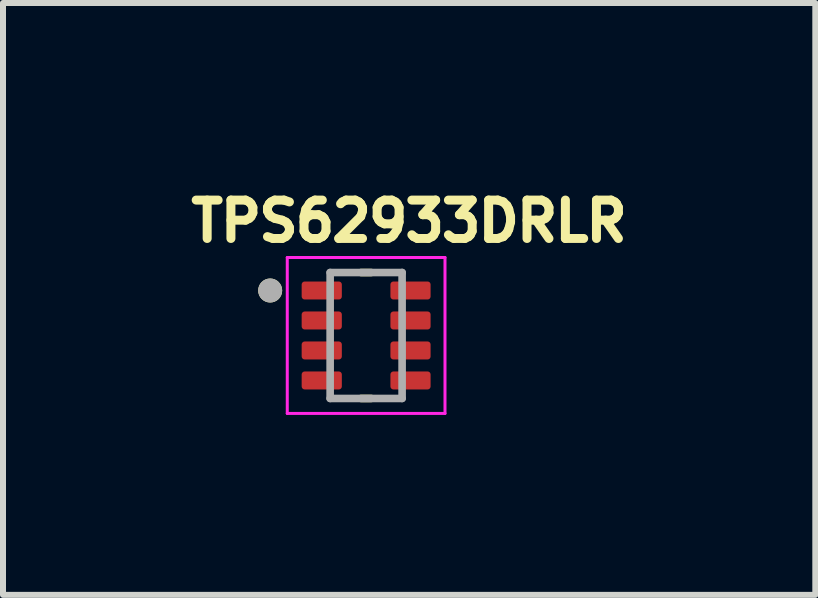
<source format=kicad_pcb>
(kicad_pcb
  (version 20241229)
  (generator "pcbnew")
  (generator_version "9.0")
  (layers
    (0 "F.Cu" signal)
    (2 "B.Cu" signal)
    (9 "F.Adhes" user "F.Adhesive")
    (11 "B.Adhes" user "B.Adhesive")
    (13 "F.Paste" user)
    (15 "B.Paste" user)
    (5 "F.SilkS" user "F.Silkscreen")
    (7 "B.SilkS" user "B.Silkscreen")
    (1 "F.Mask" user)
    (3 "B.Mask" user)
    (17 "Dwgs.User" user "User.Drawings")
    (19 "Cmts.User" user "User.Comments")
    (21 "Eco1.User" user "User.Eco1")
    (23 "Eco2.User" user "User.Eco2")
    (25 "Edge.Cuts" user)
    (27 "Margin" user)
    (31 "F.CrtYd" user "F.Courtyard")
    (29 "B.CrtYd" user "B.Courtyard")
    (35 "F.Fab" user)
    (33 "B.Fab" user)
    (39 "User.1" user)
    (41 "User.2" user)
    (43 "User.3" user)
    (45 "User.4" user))
  (footprint "TPS62933DRLR"
    (layer "F.Cu")
    (at 3.055 2.544)
    (property "Reference" "TPS62933DRLR" (at 0.717 -1.906 0) (layer "F.SilkS") (effects (font (size 0.64 0.64) (thickness 0.15))))
    (attr smd)
    (fp_line (start -0.085 -1.05) (end 0.085 -1.05) (stroke (width 0.127) (type solid)) (layer "F.SilkS"))
    (fp_line (start 0.085 1.05) (end -0.085 1.05) (stroke (width 0.127) (type solid)) (layer "F.SilkS"))
    (fp_circle (center -1.6 -0.75) (end -1.5 -0.75) (stroke (width 0.2) (type solid)) (fill no) (layer "F.SilkS"))
    (fp_line (start -1.315 -1.3) (end 1.315 -1.3) (stroke (width 0.05) (type solid)) (layer "F.CrtYd"))
    (fp_line (start -1.315 1.3) (end -1.315 -1.3) (stroke (width 0.05) (type solid)) (layer "F.CrtYd"))
    (fp_line (start 1.315 -1.3) (end 1.315 1.3) (stroke (width 0.05) (type solid)) (layer "F.CrtYd"))
    (fp_line (start 1.315 1.3) (end -1.315 1.3) (stroke (width 0.05) (type solid)) (layer "F.CrtYd"))
    (fp_line (start -0.6 -1.05) (end 0.6 -1.05) (stroke (width 0.127) (type solid)) (layer "F.Fab"))
    (fp_line (start -0.6 1.05) (end -0.6 -1.05) (stroke (width 0.127) (type solid)) (layer "F.Fab"))
    (fp_line (start 0.6 -1.05) (end 0.6 1.05) (stroke (width 0.127) (type solid)) (layer "F.Fab"))
    (fp_line (start 0.6 1.05) (end -0.6 1.05) (stroke (width 0.127) (type solid)) (layer "F.Fab"))
    (fp_circle (center -1.6 -0.75) (end -1.5 -0.75) (stroke (width 0.2) (type solid)) (fill no) (layer "F.Fab"))
    (pad "1" smd roundrect (at -0.74 -0.75) (size 0.67 0.3) (layers "F.Cu" "F.Mask" "F.Paste") (roundrect_rratio 0.167))
    (pad "2" smd roundrect (at -0.74 -0.25) (size 0.67 0.3) (layers "F.Cu" "F.Mask" "F.Paste") (roundrect_rratio 0.167))
    (pad "3" smd roundrect (at -0.74 0.25) (size 0.67 0.3) (layers "F.Cu" "F.Mask" "F.Paste") (roundrect_rratio 0.167))
    (pad "4" smd roundrect (at -0.74 0.75) (size 0.67 0.3) (layers "F.Cu" "F.Mask" "F.Paste") (roundrect_rratio 0.167))
    (pad "5" smd roundrect (at 0.74 0.75) (size 0.67 0.3) (layers "F.Cu" "F.Mask" "F.Paste") (roundrect_rratio 0.167))
    (pad "6" smd roundrect (at 0.74 0.25) (size 0.67 0.3) (layers "F.Cu" "F.Mask" "F.Paste") (roundrect_rratio 0.167))
    (pad "7" smd roundrect (at 0.74 -0.25) (size 0.67 0.3) (layers "F.Cu" "F.Mask" "F.Paste") (roundrect_rratio 0.167))
    (pad "8" smd roundrect (at 0.74 -0.75) (size 0.67 0.3) (layers "F.Cu" "F.Mask" "F.Paste") (roundrect_rratio 0.167)))
  (gr_rect
    (start -3 -3)
    (end 10.545 6.869)
    (stroke (width 0.1) (type default))
    (fill no)
    (layer "Edge.Cuts")))
</source>
